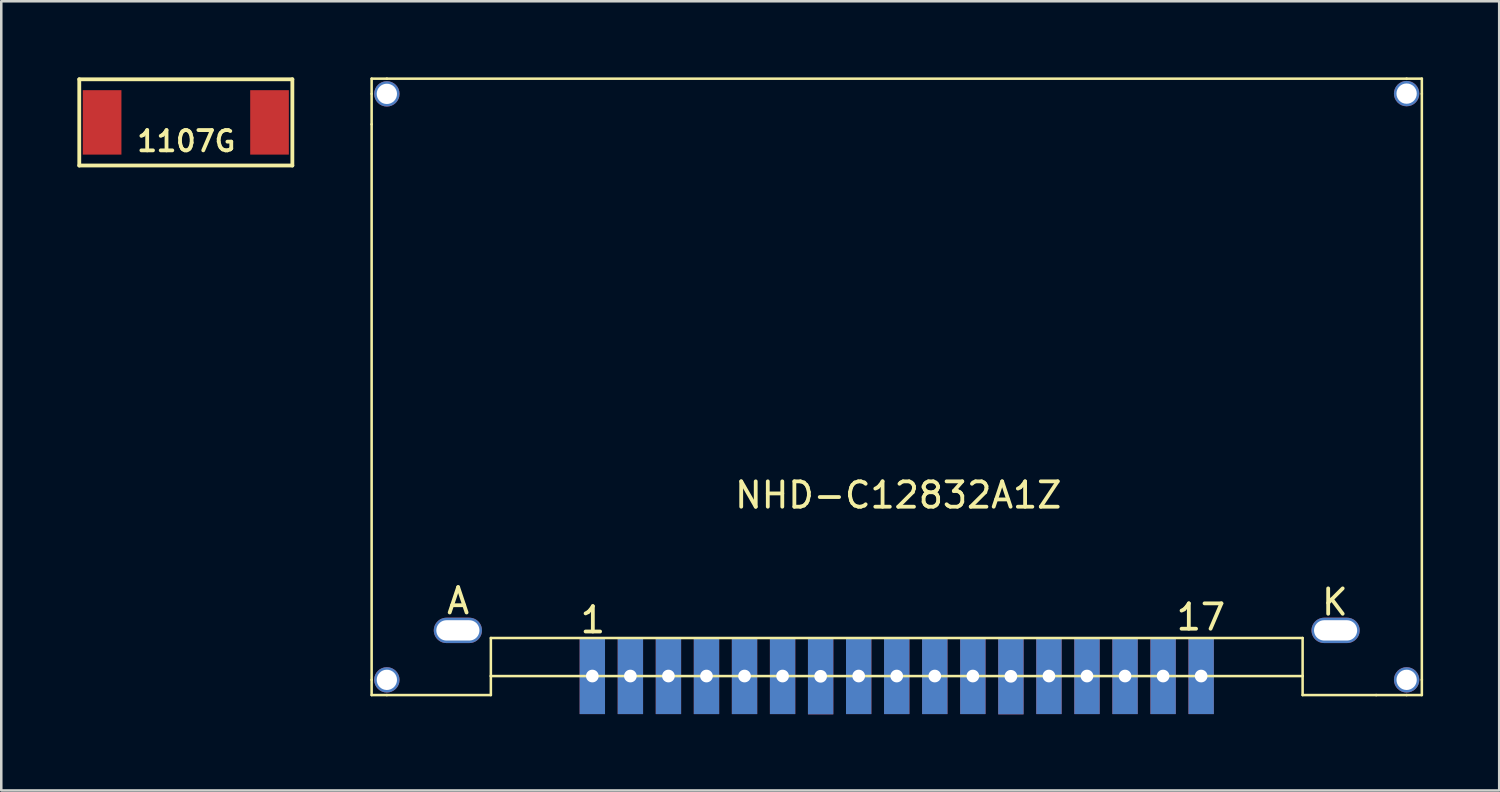
<source format=kicad_pcb>
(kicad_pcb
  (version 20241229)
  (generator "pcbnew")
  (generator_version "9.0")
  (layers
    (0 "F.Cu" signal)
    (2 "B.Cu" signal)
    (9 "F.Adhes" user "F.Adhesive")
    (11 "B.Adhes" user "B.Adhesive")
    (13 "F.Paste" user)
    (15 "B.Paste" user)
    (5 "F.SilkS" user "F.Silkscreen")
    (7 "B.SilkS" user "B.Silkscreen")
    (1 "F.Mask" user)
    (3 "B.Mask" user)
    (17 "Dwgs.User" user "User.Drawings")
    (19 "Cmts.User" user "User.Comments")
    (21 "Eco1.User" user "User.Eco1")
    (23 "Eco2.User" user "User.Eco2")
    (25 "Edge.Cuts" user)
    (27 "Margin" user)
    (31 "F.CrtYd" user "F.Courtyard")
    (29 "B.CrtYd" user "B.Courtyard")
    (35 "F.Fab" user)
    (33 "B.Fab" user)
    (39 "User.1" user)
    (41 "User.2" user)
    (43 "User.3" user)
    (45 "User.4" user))
  (footprint "1107G"
    (layer "F.Cu")
    (at 4.275 1.775)
    (property "Reference" "1107G" (at 0.02 0.74 0) (layer "F.SilkS") (effects (font (size 0.8 0.8) (thickness 0.15))))
    (attr through_hole)
    (fp_line (start -4.2 -1.7) (end 4.2 -1.7) (stroke (width 0.15) (type solid)) (layer "F.SilkS"))
    (fp_line (start -4.2 1.7) (end -4.2 -1.7) (stroke (width 0.15) (type solid)) (layer "F.SilkS"))
    (fp_line (start 4.2 -1.7) (end 4.2 1.7) (stroke (width 0.15) (type solid)) (layer "F.SilkS"))
    (fp_line (start 4.2 1.7) (end -4.2 1.7) (stroke (width 0.15) (type solid)) (layer "F.SilkS"))
    (pad "1" smd rect (at 3.3 0) (size 1.524 2.54) (layers "F.Cu" "F.Mask" "F.Paste"))
    (pad "2" smd rect (at -3.3 0) (size 1.524 2.54) (layers "F.Cu" "F.Mask" "F.Paste")))
  (footprint "NHD-C12832A1Z"
    (layer "F.Cu")
    (at 32.3 12.2)
    (property "Reference" "NHD-C12832A1Z" (at 0.06 4.27 0) (layer "F.SilkS") (effects (font (size 1 1) (thickness 0.15))))
    (attr through_hole)
    (fp_line (start -20.7 -12.15) (end -20.1 -12.15) (stroke (width 0.1) (type solid)) (layer "F.SilkS"))
    (fp_line (start -20.7 -11.55) (end -20.7 -12.15) (stroke (width 0.1) (type solid)) (layer "F.SilkS"))
    (fp_line (start -20.7 -10.35) (end -20.7 -11.55) (stroke (width 0.1) (type solid)) (layer "F.SilkS"))
    (fp_line (start -20.7 11.55) (end -20.7 -10.35) (stroke (width 0.1) (type solid)) (layer "F.SilkS"))
    (fp_line (start -20.7 12.15) (end -20.7 11.55) (stroke (width 0.1) (type solid)) (layer "F.SilkS"))
    (fp_line (start -20.1 -12.15) (end 20.1 -12.15) (stroke (width 0.1) (type solid)) (layer "F.SilkS"))
    (fp_line (start -20.1 12.15) (end -20.7 12.15) (stroke (width 0.1) (type solid)) (layer "F.SilkS"))
    (fp_line (start -16 9.9) (end -16 11.4) (stroke (width 0.1) (type solid)) (layer "F.SilkS"))
    (fp_line (start -16 11.4) (end -16 12.15) (stroke (width 0.1) (type solid)) (layer "F.SilkS"))
    (fp_line (start -16 12.15) (end -20.1 12.15) (stroke (width 0.1) (type solid)) (layer "F.SilkS"))
    (fp_line (start -12 11.4) (end -16 11.4) (stroke (width 0.1) (type solid)) (layer "F.SilkS"))
    (fp_line (start -10.5 11.4) (end -12 11.4) (stroke (width 0.1) (type solid)) (layer "F.SilkS"))
    (fp_line (start -9 11.4) (end -10.5 11.4) (stroke (width 0.1) (type solid)) (layer "F.SilkS"))
    (fp_line (start -7.5 11.4) (end -9 11.4) (stroke (width 0.1) (type solid)) (layer "F.SilkS"))
    (fp_line (start -6 11.4) (end -7.5 11.4) (stroke (width 0.1) (type solid)) (layer "F.SilkS"))
    (fp_line (start -4.5 11.4) (end -6 11.4) (stroke (width 0.1) (type solid)) (layer "F.SilkS"))
    (fp_line (start -3 11.4) (end -4.5 11.4) (stroke (width 0.1) (type solid)) (layer "F.SilkS"))
    (fp_line (start -1.5 11.4) (end -3 11.4) (stroke (width 0.1) (type solid)) (layer "F.SilkS"))
    (fp_line (start 0 11.4) (end -1.5 11.4) (stroke (width 0.1) (type solid)) (layer "F.SilkS"))
    (fp_line (start 1.5 11.4) (end 0 11.4) (stroke (width 0.1) (type solid)) (layer "F.SilkS"))
    (fp_line (start 3 11.4) (end 1.5 11.4) (stroke (width 0.1) (type solid)) (layer "F.SilkS"))
    (fp_line (start 4.5 11.4) (end 3 11.4) (stroke (width 0.1) (type solid)) (layer "F.SilkS"))
    (fp_line (start 6 11.4) (end 4.5 11.4) (stroke (width 0.1) (type solid)) (layer "F.SilkS"))
    (fp_line (start 7.5 11.4) (end 6 11.4) (stroke (width 0.1) (type solid)) (layer "F.SilkS"))
    (fp_line (start 9 11.4) (end 7.5 11.4) (stroke (width 0.1) (type solid)) (layer "F.SilkS"))
    (fp_line (start 10.5 11.4) (end 9 11.4) (stroke (width 0.1) (type solid)) (layer "F.SilkS"))
    (fp_line (start 12 11.4) (end 10.5 11.4) (stroke (width 0.1) (type solid)) (layer "F.SilkS"))
    (fp_line (start 16 9.9) (end -16 9.9) (stroke (width 0.1) (type solid)) (layer "F.SilkS"))
    (fp_line (start 16 11.4) (end 12 11.4) (stroke (width 0.1) (type solid)) (layer "F.SilkS"))
    (fp_line (start 16 11.4) (end 16 9.9) (stroke (width 0.1) (type solid)) (layer "F.SilkS"))
    (fp_line (start 16 12.15) (end 16 11.4) (stroke (width 0.1) (type solid)) (layer "F.SilkS"))
    (fp_line (start 18.9 12.15) (end 16 12.15) (stroke (width 0.1) (type solid)) (layer "F.SilkS"))
    (fp_line (start 20.1 -12.15) (end 20.7 -12.15) (stroke (width 0.1) (type solid)) (layer "F.SilkS"))
    (fp_line (start 20.1 12.15) (end 18.9 12.15) (stroke (width 0.1) (type solid)) (layer "F.SilkS"))
    (fp_line (start 20.7 -12.15) (end 20.7 -11.55) (stroke (width 0.1) (type solid)) (layer "F.SilkS"))
    (fp_line (start 20.7 -11.55) (end 20.7 11.55) (stroke (width 0.1) (type solid)) (layer "F.SilkS"))
    (fp_line (start 20.7 11.55) (end 20.7 12.15) (stroke (width 0.1) (type solid)) (layer "F.SilkS"))
    (fp_line (start 20.7 12.15) (end 20.1 12.15) (stroke (width 0.1) (type solid)) (layer "F.SilkS"))
    (fp_text user "17" (at 11.99 9.08 0) (layer "F.SilkS") (effects (font (size 1 1) (thickness 0.15))))
    (fp_text user "1" (at -11.98 9.19 0) (layer "F.SilkS") (effects (font (size 1 1) (thickness 0.15))))
    (fp_text user "A" (at -17.29 8.44 0) (layer "F.SilkS") (effects (font (size 1 1) (thickness 0.15))))
    (fp_text user "K" (at 17.27 8.49 0) (layer "F.SilkS") (effects (font (size 1 1) (thickness 0.15))))
    (pad "" thru_hole circle (at -20.1 -11.55) (size 1 1) (drill 0.8) (layers "*.Cu" "*.Mask"))
    (pad "" thru_hole circle (at -20.1 11.55) (size 1 1) (drill 0.8) (layers "*.Cu" "*.Mask"))
    (pad "" thru_hole circle (at 20.1 -11.56) (size 1 1) (drill 0.8) (layers "*.Cu" "*.Mask"))
    (pad "" thru_hole circle (at 20.1 11.55) (size 1 1) (drill 0.8) (layers "*.Cu" "*.Mask"))
    (pad "1" thru_hole rect (at -12 11.4) (size 1 3) (drill 0.5) (layers "*.Cu" "*.Mask"))
    (pad "2" thru_hole rect (at -10.5 11.4) (size 1 3) (drill 0.5) (layers "*.Cu" "*.Mask"))
    (pad "3" thru_hole rect (at -9 11.4) (size 1 3) (drill 0.5) (layers "*.Cu" "*.Mask"))
    (pad "4" thru_hole rect (at -7.5 11.4) (size 1 3) (drill 0.5) (layers "*.Cu" "*.Mask"))
    (pad "5" thru_hole rect (at -6 11.4) (size 1 3) (drill 0.5) (layers "*.Cu" "*.Mask"))
    (pad "6" thru_hole rect (at -4.5 11.4) (size 1 3) (drill 0.5) (layers "*.Cu" "*.Mask"))
    (pad "7" thru_hole rect (at -3 11.41) (size 1 3) (drill 0.5) (layers "*.Cu" "*.Mask"))
    (pad "8" thru_hole rect (at -1.5 11.4) (size 1 3) (drill 0.5) (layers "*.Cu" "*.Mask"))
    (pad "9" thru_hole rect (at 0 11.4) (size 1 3) (drill 0.5) (layers "*.Cu" "*.Mask"))
    (pad "10" thru_hole rect (at 1.5 11.4) (size 1 3) (drill 0.5) (layers "*.Cu" "*.Mask"))
    (pad "11" thru_hole rect (at 3 11.4) (size 1 3) (drill 0.5) (layers "*.Cu" "*.Mask"))
    (pad "12" thru_hole rect (at 4.5 11.41) (size 1 3) (drill 0.5) (layers "*.Cu" "*.Mask"))
    (pad "13" thru_hole rect (at 6 11.4) (size 1 3) (drill 0.5) (layers "*.Cu" "*.Mask"))
    (pad "14" thru_hole rect (at 7.5 11.4) (size 1 3) (drill 0.5) (layers "*.Cu" "*.Mask"))
    (pad "15" thru_hole rect (at 9 11.4) (size 1 3) (drill 0.5) (layers "*.Cu" "*.Mask"))
    (pad "16" thru_hole rect (at 10.5 11.4) (size 1 3) (drill 0.5) (layers "*.Cu" "*.Mask"))
    (pad "17" thru_hole rect (at 12 11.4) (size 1 3) (drill 0.5) (layers "*.Cu" "*.Mask"))
    (pad "A" thru_hole oval (at -17.3 9.6) (size 1.9 1) (drill oval 1.7 0.8) (layers "*.Cu" "*.Mask"))
    (pad "K" thru_hole oval (at 17.3 9.6) (size 1.9 1) (drill oval 1.7 0.8) (layers "*.Cu" "*.Mask")))
  (gr_rect
    (start -3 -3)
    (end 56.05 28.11)
    (stroke (width 0.1) (type default))
    (fill no)
    (layer "Edge.Cuts")))
</source>
